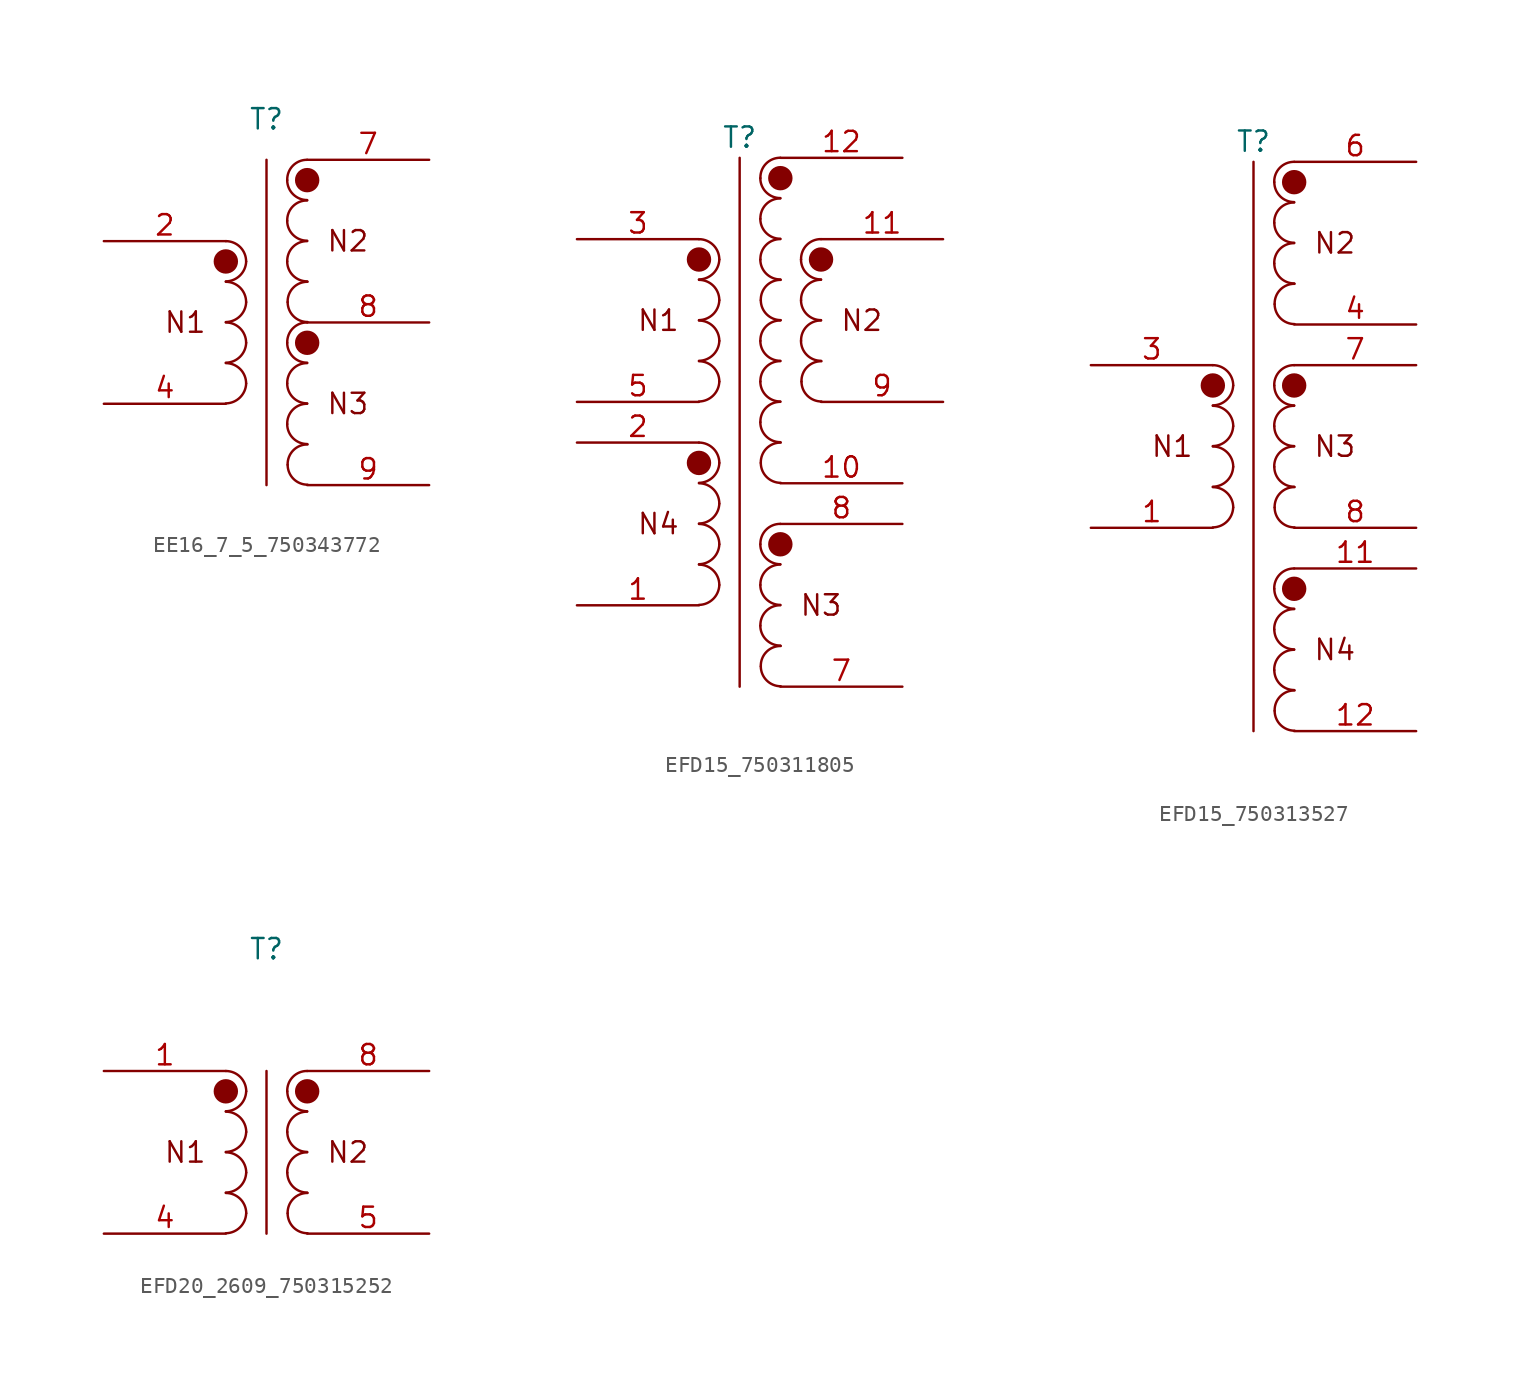
<source format=kicad_sym>
(kicad_symbol_lib
  (version 20220914)
  (generator kicad_symbol_editor)
  (symbol "EE16_7_5_750343772"
    (pin_names hide)
    (property "Reference" "T"
      (at 0 12.7 0)
      (effects (font (size 1.27 1.27))))
    (symbol "EE16_7_5_750343772_0_1"
      (arc (start -2.54 -5.0546) (mid -1.6599 -4.6901) (end -1.27 -3.81) (stroke (width 0) (type default)) (fill (type none)))
      (arc (start -2.54 -2.5146) (mid -1.6599 -2.1501) (end -1.27 -1.27) (stroke (width 0) (type default)) (fill (type none)))
      (arc (start -2.54 0.0254) (mid -1.6599 0.3899) (end -1.27 1.27) (stroke (width 0) (type default)) (fill (type none)))
      (arc (start -2.54 2.5654) (mid -1.6599 2.9299) (end -1.27 3.81) (stroke (width 0) (type default)) (fill (type none)))
      (arc (start -1.27 -3.81) (mid -1.642 -2.912) (end -2.54 -2.54) (stroke (width 0) (type default)) (fill (type none)))
      (arc (start -1.27 -1.27) (mid -1.642 -0.372) (end -2.54 0) (stroke (width 0) (type default)) (fill (type none)))
      (arc (start -1.27 1.27) (mid -1.642 2.168) (end -2.54 2.54) (stroke (width 0) (type default)) (fill (type none)))
      (arc (start -1.27 3.81) (mid -1.642 4.708) (end -2.54 5.08) (stroke (width 0) (type default)) (fill (type none)))
      (polyline (pts (xy 0 10.16) (xy 0 -10.16)) (stroke (width 0) (type default)) (fill (type none)))
      (arc (start 1.2954 -6.35) (mid 1.6599 -7.2301) (end 2.54 -7.5946) (stroke (width 0) (type default)) (fill (type none)))
      (arc (start 1.2954 -3.81) (mid 1.6599 -4.6901) (end 2.54 -5.0546) (stroke (width 0) (type default)) (fill (type none)))
      (arc (start 1.2954 -1.27) (mid 1.6599 -2.1501) (end 2.54 -2.5146) (stroke (width 0) (type default)) (fill (type none)))
      (arc (start 1.2954 3.81) (mid 1.6599 2.9299) (end 2.54 2.5654) (stroke (width 0) (type default)) (fill (type none)))
      (arc (start 1.2954 6.35) (mid 1.6599 5.4699) (end 2.54 5.1054) (stroke (width 0) (type default)) (fill (type none)))
      (arc (start 1.2954 8.89) (mid 1.6599 8.0099) (end 2.54 7.6454) (stroke (width 0) (type default)) (fill (type none)))
      (arc (start 1.3208 -8.89) (mid 1.6855 -9.7699) (end 2.5654 -10.1346) (stroke (width 0) (type default)) (fill (type none)))
      (arc (start 1.3208 1.27) (mid 1.6854 0.3901) (end 2.5654 0.0254) (stroke (width 0) (type default)) (fill (type none)))
      (arc (start 2.54 -5.08) (mid 1.6458 -5.4485) (end 1.2954 -6.35) (stroke (width 0) (type default)) (fill (type none)))
      (arc (start 2.54 -2.54) (mid 1.6458 -2.9085) (end 1.2954 -3.81) (stroke (width 0) (type default)) (fill (type none)))
      (arc (start 2.54 0) (mid 1.6458 -0.3685) (end 1.2954 -1.27) (stroke (width 0) (type default)) (fill (type none)))
      (arc (start 2.54 5.08) (mid 1.6458 4.7115) (end 1.2954 3.81) (stroke (width 0) (type default)) (fill (type none)))
      (arc (start 2.54 7.62) (mid 1.6458 7.2515) (end 1.2954 6.35) (stroke (width 0) (type default)) (fill (type none)))
      (arc (start 2.54 10.16) (mid 1.6458 9.7915) (end 1.2954 8.89) (stroke (width 0) (type default)) (fill (type none)))
      (arc (start 2.5654 -7.62) (mid 1.6709 -7.9883) (end 1.3208 -8.89) (stroke (width 0) (type default)) (fill (type none)))
      (arc (start 2.5654 2.54) (mid 1.6709 2.1717) (end 1.3208 1.27) (stroke (width 0) (type default)) (fill (type none))))
    (symbol "EE16_7_5_750343772_1_1"
      (circle (center -2.54 3.81) (radius 0.0001) (stroke (width 0.762) (type default)) (fill (type none)))
      (circle (center 2.54 -1.27) (radius 0.0001) (stroke (width 0.762) (type default)) (fill (type none)))
      (circle (center 2.54 8.89) (radius 0.0001) (stroke (width 0.762) (type default)) (fill (type none)))
      (text "N1" (at -5.08 0 0) (effects (font (size 1.27 1.27))))
      (text "N2" (at 5.08 5.08 0) (effects (font (size 1.27 1.27))))
      (text "N3" (at 5.08 -5.08 0) (effects (font (size 1.27 1.27))))
      (pin passive line (at -10.16 5.08 0) (length 7.62) (name "2" (effects (font (size 1.27 1.27)))) (number "2" (effects (font (size 1.27 1.27)))))
      (pin passive line (at -10.16 -5.08 0) (length 7.62) (name "4" (effects (font (size 1.27 1.27)))) (number "4" (effects (font (size 1.27 1.27)))))
      (pin passive line (at 10.16 10.16 180) (length 7.62) (name "7" (effects (font (size 1.27 1.27)))) (number "7" (effects (font (size 1.27 1.27)))))
      (pin passive line (at 10.16 0 180) (length 7.62) (name "8" (effects (font (size 1.27 1.27)))) (number "8" (effects (font (size 1.27 1.27)))))
      (pin passive line (at 10.16 -10.16 180) (length 7.62) (name "9" (effects (font (size 1.27 1.27)))) (number "9" (effects (font (size 1.27 1.27)))))))
  (symbol "EFD15_750311805"
    (pin_names hide)
    (property "Reference" "T"
      (at 0 17.78 0)
      (effects (font (size 1.27 1.27))))
    (symbol "EFD15_750311805_0_1"
      (arc (start -2.54 -11.4046) (mid -1.6561 -11.0363) (end -1.27 -10.16) (stroke (width 0) (type default)) (fill (type none)))
      (arc (start -2.54 -8.8646) (mid -1.6561 -8.4963) (end -1.27 -7.62) (stroke (width 0) (type default)) (fill (type none)))
      (arc (start -2.54 -6.3246) (mid -1.6561 -5.9563) (end -1.27 -5.08) (stroke (width 0) (type default)) (fill (type none)))
      (arc (start -2.54 -3.7846) (mid -1.6561 -3.4163) (end -1.27 -2.54) (stroke (width 0) (type default)) (fill (type none)))
      (arc (start -2.54 1.2954) (mid -1.6561 1.6637) (end -1.27 2.54) (stroke (width 0) (type default)) (fill (type none)))
      (arc (start -2.54 3.8354) (mid -1.6561 4.2037) (end -1.27 5.08) (stroke (width 0) (type default)) (fill (type none)))
      (arc (start -2.54 6.3754) (mid -1.6561 6.7437) (end -1.27 7.62) (stroke (width 0) (type default)) (fill (type none)))
      (arc (start -2.54 8.9154) (mid -1.6561 9.2837) (end -1.27 10.16) (stroke (width 0) (type default)) (fill (type none)))
      (arc (start -1.27 -10.16) (mid -1.642 -9.262) (end -2.54 -8.89) (stroke (width 0) (type default)) (fill (type none)))
      (arc (start -1.27 -7.62) (mid -1.642 -6.722) (end -2.54 -6.35) (stroke (width 0) (type default)) (fill (type none)))
      (arc (start -1.27 -5.08) (mid -1.642 -4.182) (end -2.54 -3.81) (stroke (width 0) (type default)) (fill (type none)))
      (arc (start -1.27 -2.54) (mid -1.642 -1.642) (end -2.54 -1.27) (stroke (width 0) (type default)) (fill (type none)))
      (arc (start -1.27 2.54) (mid -1.642 3.438) (end -2.54 3.81) (stroke (width 0) (type default)) (fill (type none)))
      (arc (start -1.27 5.08) (mid -1.642 5.978) (end -2.54 6.35) (stroke (width 0) (type default)) (fill (type none)))
      (arc (start -1.27 7.62) (mid -1.642 8.518) (end -2.54 8.89) (stroke (width 0) (type default)) (fill (type none)))
      (arc (start -1.27 10.16) (mid -1.642 11.058) (end -2.54 11.43) (stroke (width 0) (type default)) (fill (type none)))
      (polyline (pts (xy 0 16.51) (xy 0 -16.51)) (stroke (width 0) (type default)) (fill (type none)))
      (arc (start 1.2954 -12.7) (mid 1.6599 -13.5801) (end 2.54 -13.9446) (stroke (width 0) (type default)) (fill (type none)))
      (arc (start 1.2954 -10.16) (mid 1.6599 -11.0401) (end 2.54 -11.4046) (stroke (width 0) (type default)) (fill (type none)))
      (arc (start 1.2954 -7.62) (mid 1.6599 -8.5001) (end 2.54 -8.8646) (stroke (width 0) (type default)) (fill (type none)))
      (arc (start 1.2954 0) (mid 1.6599 -0.8801) (end 2.54 -1.2446) (stroke (width 0) (type default)) (fill (type none)))
      (arc (start 1.2954 2.54) (mid 1.6599 1.6599) (end 2.54 1.2954) (stroke (width 0) (type default)) (fill (type none)))
      (arc (start 1.2954 5.08) (mid 1.6599 4.1999) (end 2.54 3.8354) (stroke (width 0) (type default)) (fill (type none)))
      (arc (start 1.2954 10.16) (mid 1.6599 9.2799) (end 2.54 8.9154) (stroke (width 0) (type default)) (fill (type none)))
      (arc (start 1.2954 12.7) (mid 1.6599 11.8199) (end 2.54 11.4554) (stroke (width 0) (type default)) (fill (type none)))
      (arc (start 1.2954 15.24) (mid 1.6599 14.3599) (end 2.54 13.9954) (stroke (width 0) (type default)) (fill (type none)))
      (arc (start 1.3208 -15.24) (mid 1.6854 -16.1199) (end 2.5654 -16.4846) (stroke (width 0) (type default)) (fill (type none)))
      (arc (start 1.3208 -2.54) (mid 1.6855 -3.4199) (end 2.5654 -3.7846) (stroke (width 0) (type default)) (fill (type none)))
      (arc (start 1.3208 7.62) (mid 1.6855 6.7401) (end 2.5654 6.3754) (stroke (width 0) (type default)) (fill (type none)))
      (arc (start 2.54 -11.43) (mid 1.6458 -11.7985) (end 1.2954 -12.7) (stroke (width 0) (type default)) (fill (type none)))
      (arc (start 2.54 -8.89) (mid 1.6458 -9.2585) (end 1.2954 -10.16) (stroke (width 0) (type default)) (fill (type none)))
      (arc (start 2.54 -6.35) (mid 1.6458 -6.7185) (end 1.2954 -7.62) (stroke (width 0) (type default)) (fill (type none)))
      (arc (start 2.54 1.27) (mid 1.6458 0.9015) (end 1.2954 0) (stroke (width 0) (type default)) (fill (type none)))
      (arc (start 2.54 3.81) (mid 1.6458 3.4415) (end 1.2954 2.54) (stroke (width 0) (type default)) (fill (type none)))
      (arc (start 2.54 6.35) (mid 1.6458 5.9815) (end 1.2954 5.08) (stroke (width 0) (type default)) (fill (type none)))
      (arc (start 2.54 11.43) (mid 1.6458 11.0615) (end 1.2954 10.16) (stroke (width 0) (type default)) (fill (type none)))
      (arc (start 2.54 13.97) (mid 1.6458 13.6015) (end 1.2954 12.7) (stroke (width 0) (type default)) (fill (type none)))
      (arc (start 2.54 16.51) (mid 1.6458 16.1415) (end 1.2954 15.24) (stroke (width 0) (type default)) (fill (type none)))
      (arc (start 2.5654 -13.97) (mid 1.6709 -14.3383) (end 1.3208 -15.24) (stroke (width 0) (type default)) (fill (type none)))
      (arc (start 2.5654 -1.27) (mid 1.6709 -1.6383) (end 1.3208 -2.54) (stroke (width 0) (type default)) (fill (type none)))
      (arc (start 2.5654 8.89) (mid 1.6709 8.5217) (end 1.3208 7.62) (stroke (width 0) (type default)) (fill (type none)))
      (arc (start 3.8354 5.08) (mid 4.1999 4.1999) (end 5.08 3.8354) (stroke (width 0) (type default)) (fill (type none)))
      (arc (start 3.8354 7.62) (mid 4.1999 6.7399) (end 5.08 6.3754) (stroke (width 0) (type default)) (fill (type none)))
      (arc (start 3.8354 10.16) (mid 4.1999 9.2799) (end 5.08 8.9154) (stroke (width 0) (type default)) (fill (type none)))
      (arc (start 3.8608 2.54) (mid 4.2255 1.6601) (end 5.1054 1.2954) (stroke (width 0) (type default)) (fill (type none)))
      (arc (start 5.08 6.35) (mid 4.1858 5.9815) (end 3.8354 5.08) (stroke (width 0) (type default)) (fill (type none)))
      (arc (start 5.08 8.89) (mid 4.1858 8.5215) (end 3.8354 7.62) (stroke (width 0) (type default)) (fill (type none)))
      (arc (start 5.08 11.43) (mid 4.1858 11.0615) (end 3.8354 10.16) (stroke (width 0) (type default)) (fill (type none)))
      (arc (start 5.1054 3.81) (mid 4.2109 3.4417) (end 3.8608 2.54) (stroke (width 0) (type default)) (fill (type none))))
    (symbol "EFD15_750311805_1_1"
      (circle (center -2.54 -2.54) (radius 0.0001) (stroke (width 0.762) (type default)) (fill (type none)))
      (circle (center -2.54 10.16) (radius 0.0001) (stroke (width 0.762) (type default)) (fill (type none)))
      (circle (center 2.54 -7.62) (radius 0.0001) (stroke (width 0.762) (type default)) (fill (type none)))
      (circle (center 2.54 15.24) (radius 0.0001) (stroke (width 0.762) (type default)) (fill (type none)))
      (circle (center 5.08 10.16) (radius 0.0001) (stroke (width 0.762) (type default)) (fill (type none)))
      (text "N1" (at -5.08 6.35 0) (effects (font (size 1.27 1.27))))
      (text "N2" (at 7.62 6.35 0) (effects (font (size 1.27 1.27))))
      (text "N3" (at 5.08 -11.43 0) (effects (font (size 1.27 1.27))))
      (text "N4" (at -5.08 -6.35 0) (effects (font (size 1.27 1.27))))
      (pin passive line (at -10.16 -11.43 0) (length 7.62) (name "1" (effects (font (size 1.27 1.27)))) (number "1" (effects (font (size 1.27 1.27)))))
      (pin passive line (at 10.16 -3.81 180) (length 7.62) (name "10" (effects (font (size 1.27 1.27)))) (number "10" (effects (font (size 1.27 1.27)))))
      (pin passive line (at 12.7 11.43 180) (length 7.62) (name "11" (effects (font (size 1.27 1.27)))) (number "11" (effects (font (size 1.27 1.27)))))
      (pin passive line (at 10.16 16.51 180) (length 7.62) (name "12" (effects (font (size 1.27 1.27)))) (number "12" (effects (font (size 1.27 1.27)))))
      (pin passive line (at -10.16 -1.27 0) (length 7.62) (name "2" (effects (font (size 1.27 1.27)))) (number "2" (effects (font (size 1.27 1.27)))))
      (pin passive line (at -10.16 11.43 0) (length 7.62) (name "3" (effects (font (size 1.27 1.27)))) (number "3" (effects (font (size 1.27 1.27)))))
      (pin passive line (at -10.16 1.27 0) (length 7.62) (name "5" (effects (font (size 1.27 1.27)))) (number "5" (effects (font (size 1.27 1.27)))))
      (pin passive line (at 10.16 -16.51 180) (length 7.62) (name "7" (effects (font (size 1.27 1.27)))) (number "7" (effects (font (size 1.27 1.27)))))
      (pin passive line (at 10.16 -6.35 180) (length 7.62) (name "8" (effects (font (size 1.27 1.27)))) (number "8" (effects (font (size 1.27 1.27)))))
      (pin passive line (at 12.7 1.27 180) (length 7.62) (name "9" (effects (font (size 1.27 1.27)))) (number "9" (effects (font (size 1.27 1.27)))))))
  (symbol "EFD15_750313527"
    (pin_names hide)
    (property "Reference" "T"
      (at 0 19.05 0)
      (effects (font (size 1.27 1.27))))
    (symbol "EFD15_750313527_0_1"
      (arc (start -2.54 -5.0546) (mid -1.6599 -4.6901) (end -1.27 -3.81) (stroke (width 0) (type default)) (fill (type none)))
      (arc (start -2.54 -2.5146) (mid -1.6599 -2.1501) (end -1.27 -1.27) (stroke (width 0) (type default)) (fill (type none)))
      (arc (start -2.54 0.0254) (mid -1.6599 0.3899) (end -1.27 1.27) (stroke (width 0) (type default)) (fill (type none)))
      (arc (start -2.54 2.5654) (mid -1.6599 2.9299) (end -1.27 3.81) (stroke (width 0) (type default)) (fill (type none)))
      (arc (start -1.27 -3.81) (mid -1.642 -2.912) (end -2.54 -2.54) (stroke (width 0) (type default)) (fill (type none)))
      (arc (start -1.27 -1.27) (mid -1.642 -0.372) (end -2.54 0) (stroke (width 0) (type default)) (fill (type none)))
      (arc (start -1.27 1.27) (mid -1.642 2.168) (end -2.54 2.54) (stroke (width 0) (type default)) (fill (type none)))
      (arc (start -1.27 3.81) (mid -1.642 4.708) (end -2.54 5.08) (stroke (width 0) (type default)) (fill (type none)))
      (polyline (pts (xy 0 17.78) (xy 0 -17.78)) (stroke (width 0) (type default)) (fill (type none)))
      (arc (start 1.2954 -13.97) (mid 1.6599 -14.8501) (end 2.54 -15.2146) (stroke (width 0) (type default)) (fill (type none)))
      (arc (start 1.2954 -11.43) (mid 1.6599 -12.3101) (end 2.54 -12.6746) (stroke (width 0) (type default)) (fill (type none)))
      (arc (start 1.2954 -8.89) (mid 1.6599 -9.7701) (end 2.54 -10.1346) (stroke (width 0) (type default)) (fill (type none)))
      (arc (start 1.2954 -1.27) (mid 1.6599 -2.1501) (end 2.54 -2.5146) (stroke (width 0) (type default)) (fill (type none)))
      (arc (start 1.2954 1.27) (mid 1.6599 0.3899) (end 2.54 0.0254) (stroke (width 0) (type default)) (fill (type none)))
      (arc (start 1.2954 3.81) (mid 1.6599 2.9299) (end 2.54 2.5654) (stroke (width 0) (type default)) (fill (type none)))
      (arc (start 1.2954 11.43) (mid 1.6599 10.5499) (end 2.54 10.1854) (stroke (width 0) (type default)) (fill (type none)))
      (arc (start 1.2954 13.97) (mid 1.6599 13.0899) (end 2.54 12.7254) (stroke (width 0) (type default)) (fill (type none)))
      (arc (start 1.2954 16.51) (mid 1.6599 15.6299) (end 2.54 15.2654) (stroke (width 0) (type default)) (fill (type none)))
      (arc (start 1.3208 -16.51) (mid 1.6854 -17.3899) (end 2.5654 -17.7546) (stroke (width 0) (type default)) (fill (type none)))
      (arc (start 1.3208 -3.81) (mid 1.6853 -4.6901) (end 2.5654 -5.0546) (stroke (width 0) (type default)) (fill (type none)))
      (arc (start 1.3208 8.89) (mid 1.6854 8.0101) (end 2.5654 7.6454) (stroke (width 0) (type default)) (fill (type none)))
      (arc (start 2.54 -12.7) (mid 1.6458 -13.0685) (end 1.2954 -13.97) (stroke (width 0) (type default)) (fill (type none)))
      (arc (start 2.54 -10.16) (mid 1.6458 -10.5285) (end 1.2954 -11.43) (stroke (width 0) (type default)) (fill (type none)))
      (arc (start 2.54 -7.62) (mid 1.6458 -7.9885) (end 1.2954 -8.89) (stroke (width 0) (type default)) (fill (type none)))
      (arc (start 2.54 0) (mid 1.642 -0.372) (end 1.2954 -1.27) (stroke (width 0) (type default)) (fill (type none)))
      (arc (start 2.54 2.54) (mid 1.642 2.168) (end 1.2954 1.27) (stroke (width 0) (type default)) (fill (type none)))
      (arc (start 2.54 5.08) (mid 1.642 4.708) (end 1.2954 3.81) (stroke (width 0) (type default)) (fill (type none)))
      (arc (start 2.54 12.7) (mid 1.6458 12.3315) (end 1.2954 11.43) (stroke (width 0) (type default)) (fill (type none)))
      (arc (start 2.54 15.24) (mid 1.6458 14.8715) (end 1.2954 13.97) (stroke (width 0) (type default)) (fill (type none)))
      (arc (start 2.54 17.78) (mid 1.6458 17.4115) (end 1.2954 16.51) (stroke (width 0) (type default)) (fill (type none)))
      (arc (start 2.5654 -15.24) (mid 1.6709 -15.6083) (end 1.3208 -16.51) (stroke (width 0) (type default)) (fill (type none)))
      (arc (start 2.5654 -2.54) (mid 1.6674 -2.912) (end 1.3208 -3.81) (stroke (width 0) (type default)) (fill (type none)))
      (arc (start 2.5654 10.16) (mid 1.6709 9.7917) (end 1.3208 8.89) (stroke (width 0) (type default)) (fill (type none))))
    (symbol "EFD15_750313527_1_1"
      (circle (center -2.54 3.81) (radius 0.0001) (stroke (width 0.762) (type default)) (fill (type none)))
      (circle (center 2.54 -8.89) (radius 0.0001) (stroke (width 0.762) (type default)) (fill (type none)))
      (circle (center 2.54 3.81) (radius 0.0001) (stroke (width 0.762) (type default)) (fill (type none)))
      (circle (center 2.54 16.51) (radius 0.0001) (stroke (width 0.762) (type default)) (fill (type none)))
      (text "N1" (at -5.08 0 0) (effects (font (size 1.27 1.27))))
      (text "N2" (at 5.08 12.7 0) (effects (font (size 1.27 1.27))))
      (text "N3" (at 5.08 0 0) (effects (font (size 1.27 1.27))))
      (text "N4" (at 5.08 -12.7 0) (effects (font (size 1.27 1.27))))
      (pin passive line (at -10.16 -5.08 0) (length 7.62) (name "1" (effects (font (size 1.27 1.27)))) (number "1" (effects (font (size 1.27 1.27)))))
      (pin passive line (at 10.16 -7.62 180) (length 7.62) (name "11" (effects (font (size 1.27 1.27)))) (number "11" (effects (font (size 1.27 1.27)))))
      (pin passive line (at 10.16 -17.78 180) (length 7.62) (name "12" (effects (font (size 1.27 1.27)))) (number "12" (effects (font (size 1.27 1.27)))))
      (pin passive line (at -10.16 5.08 0) (length 7.62) (name "3" (effects (font (size 1.27 1.27)))) (number "3" (effects (font (size 1.27 1.27)))))
      (pin passive line (at 10.16 7.62 180) (length 7.62) (name "4" (effects (font (size 1.27 1.27)))) (number "4" (effects (font (size 1.27 1.27)))))
      (pin passive line (at 10.16 17.78 180) (length 7.62) (name "6" (effects (font (size 1.27 1.27)))) (number "6" (effects (font (size 1.27 1.27)))))
      (pin passive line (at 10.16 5.08 180) (length 7.62) (name "7" (effects (font (size 1.27 1.27)))) (number "7" (effects (font (size 1.27 1.27)))))
      (pin passive line (at 10.16 -5.08 180) (length 7.62) (name "8" (effects (font (size 1.27 1.27)))) (number "8" (effects (font (size 1.27 1.27)))))))
  (symbol "EFD20_2609_750315252"
    (pin_names hide)
    (property "Reference" "T"
      (at 0 12.7 0)
      (effects (font (size 1.27 1.27))))
    (symbol "EFD20_2609_750315252_0_1"
      (arc (start -2.54 -5.0546) (mid -1.6599 -4.6901) (end -1.27 -3.81) (stroke (width 0) (type default)) (fill (type none)))
      (arc (start -2.54 -2.5146) (mid -1.6599 -2.1501) (end -1.27 -1.27) (stroke (width 0) (type default)) (fill (type none)))
      (arc (start -2.54 0.0254) (mid -1.6599 0.3899) (end -1.27 1.27) (stroke (width 0) (type default)) (fill (type none)))
      (arc (start -2.54 2.5654) (mid -1.6599 2.9299) (end -1.27 3.81) (stroke (width 0) (type default)) (fill (type none)))
      (arc (start -1.27 -3.81) (mid -1.642 -2.912) (end -2.54 -2.54) (stroke (width 0) (type default)) (fill (type none)))
      (arc (start -1.27 -1.27) (mid -1.642 -0.372) (end -2.54 0) (stroke (width 0) (type default)) (fill (type none)))
      (arc (start -1.27 1.27) (mid -1.642 2.168) (end -2.54 2.54) (stroke (width 0) (type default)) (fill (type none)))
      (arc (start -1.27 3.81) (mid -1.642 4.708) (end -2.54 5.08) (stroke (width 0) (type default)) (fill (type none)))
      (polyline (pts (xy 0 5.08) (xy 0 -5.08)) (stroke (width 0) (type default)) (fill (type none)))
      (arc (start 1.2954 -1.27) (mid 1.6599 -2.1501) (end 2.54 -2.5146) (stroke (width 0) (type default)) (fill (type none)))
      (arc (start 1.2954 1.27) (mid 1.6599 0.3899) (end 2.54 0.0254) (stroke (width 0) (type default)) (fill (type none)))
      (arc (start 1.2954 3.81) (mid 1.6599 2.9299) (end 2.54 2.5654) (stroke (width 0) (type default)) (fill (type none)))
      (arc (start 1.3208 -3.81) (mid 1.6853 -4.6901) (end 2.5654 -5.0546) (stroke (width 0) (type default)) (fill (type none)))
      (arc (start 2.54 0) (mid 1.642 -0.372) (end 1.2954 -1.27) (stroke (width 0) (type default)) (fill (type none)))
      (arc (start 2.54 2.54) (mid 1.642 2.168) (end 1.2954 1.27) (stroke (width 0) (type default)) (fill (type none)))
      (arc (start 2.54 5.08) (mid 1.642 4.708) (end 1.2954 3.81) (stroke (width 0) (type default)) (fill (type none)))
      (arc (start 2.5654 -2.54) (mid 1.6674 -2.912) (end 1.3208 -3.81) (stroke (width 0) (type default)) (fill (type none))))
    (symbol "EFD20_2609_750315252_1_1"
      (circle (center -2.54 3.81) (radius 0.0001) (stroke (width 0.762) (type default)) (fill (type none)))
      (circle (center 2.54 3.81) (radius 0.0001) (stroke (width 0.762) (type default)) (fill (type none)))
      (text "N1" (at -5.08 0 0) (effects (font (size 1.27 1.27))))
      (text "N2" (at 5.08 0 0) (effects (font (size 1.27 1.27))))
      (pin passive line (at -10.16 5.08 0) (length 7.62) (name "1" (effects (font (size 1.27 1.27)))) (number "1" (effects (font (size 1.27 1.27)))))
      (pin passive line (at -10.16 -5.08 0) (length 7.62) (name "4" (effects (font (size 1.27 1.27)))) (number "4" (effects (font (size 1.27 1.27)))))
      (pin passive line (at 10.16 -5.08 180) (length 7.62) (name "5" (effects (font (size 1.27 1.27)))) (number "5" (effects (font (size 1.27 1.27)))))
      (pin passive line (at 10.16 5.08 180) (length 7.62) (name "8" (effects (font (size 1.27 1.27)))) (number "8" (effects (font (size 1.27 1.27))))))))
</source>
